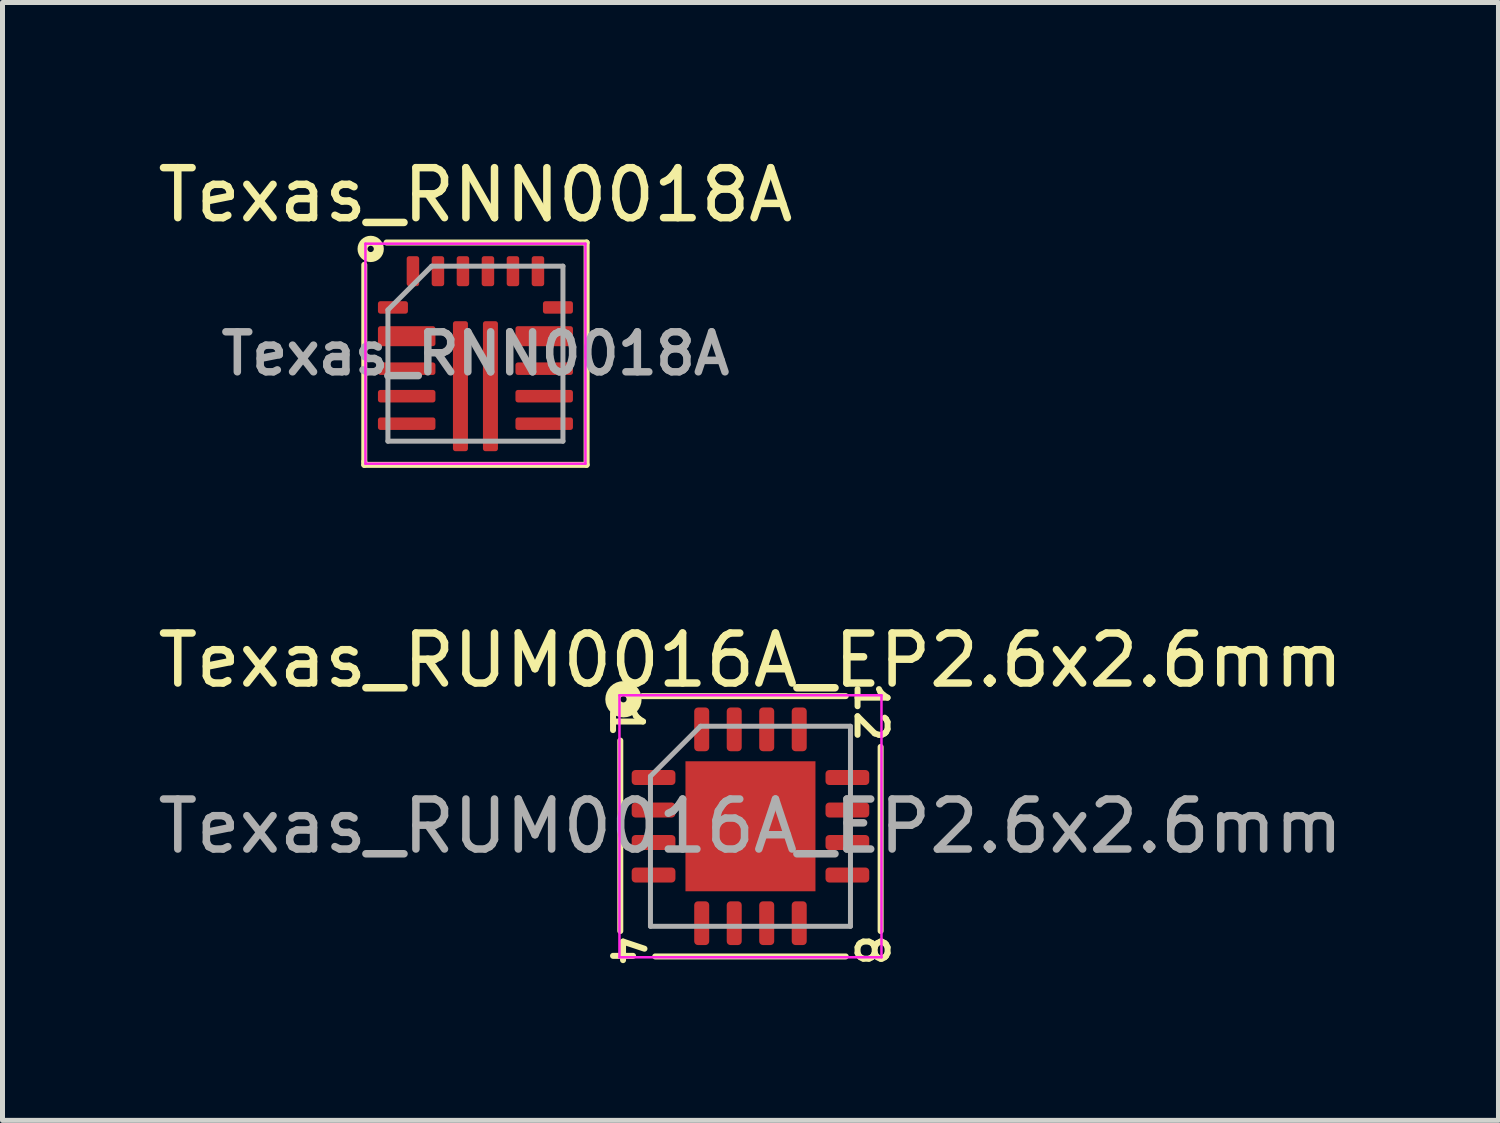
<source format=kicad_pcb>
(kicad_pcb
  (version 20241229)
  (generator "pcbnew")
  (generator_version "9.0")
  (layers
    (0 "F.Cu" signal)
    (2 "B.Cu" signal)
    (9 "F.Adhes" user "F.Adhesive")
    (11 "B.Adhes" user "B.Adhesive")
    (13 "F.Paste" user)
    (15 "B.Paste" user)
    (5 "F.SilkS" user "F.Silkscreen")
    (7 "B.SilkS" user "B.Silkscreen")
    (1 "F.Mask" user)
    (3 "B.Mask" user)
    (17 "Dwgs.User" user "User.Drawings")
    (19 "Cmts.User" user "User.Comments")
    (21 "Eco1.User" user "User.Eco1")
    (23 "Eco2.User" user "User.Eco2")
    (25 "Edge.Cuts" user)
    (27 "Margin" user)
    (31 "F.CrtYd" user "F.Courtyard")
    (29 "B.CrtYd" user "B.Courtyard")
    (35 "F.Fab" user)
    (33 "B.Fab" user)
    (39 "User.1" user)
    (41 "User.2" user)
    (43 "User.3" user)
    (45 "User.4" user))
  (footprint "Texas_RNN0018A"
    (layer "F.Cu")
    (at 6.458 4.023)
    (property "Reference" "Texas_RNN0018A" (at 0 -3.175 0) (layer "F.SilkS") (effects (font (size 1 1) (thickness 0.15))))
    (attr smd)
    (fp_line (start -2.223 -1.778) (end -2.223 2.159) (stroke (width 0.12) (type solid)) (layer "F.SilkS"))
    (fp_line (start -2.223 2.159) (end -2.223 2.223) (stroke (width 0.12) (type solid)) (layer "F.SilkS"))
    (fp_line (start -2.223 2.223) (end 2.223 2.223) (stroke (width 0.12) (type solid)) (layer "F.SilkS"))
    (fp_line (start 2.223 -2.223) (end -1.778 -2.223) (stroke (width 0.12) (type solid)) (layer "F.SilkS"))
    (fp_line (start 2.223 2.223) (end 2.223 -2.223) (stroke (width 0.12) (type solid)) (layer "F.SilkS"))
    (fp_circle (center -2.095 -2.095) (end -2.032 -2.095) (stroke (width 0.2) (type solid)) (fill no) (layer "F.SilkS"))
    (fp_line (start -2.2 -2.2) (end 2.2 -2.2) (stroke (width 0.05) (type solid)) (layer "F.CrtYd"))
    (fp_line (start -2.2 2.2) (end -2.2 -2.2) (stroke (width 0.05) (type solid)) (layer "F.CrtYd"))
    (fp_line (start 2.2 -2.2) (end 2.2 2.2) (stroke (width 0.05) (type solid)) (layer "F.CrtYd"))
    (fp_line (start 2.2 2.2) (end -2.2 2.2) (stroke (width 0.05) (type solid)) (layer "F.CrtYd"))
    (fp_line (start -1.75 1.75) (end -1.75 -0.875) (stroke (width 0.1) (type solid)) (layer "F.Fab"))
    (fp_line (start -0.875 -1.75) (end -1.75 -0.875) (stroke (width 0.1) (type solid)) (layer "F.Fab"))
    (fp_line (start -0.875 -1.75) (end 1.75 -1.75) (stroke (width 0.1) (type solid)) (layer "F.Fab"))
    (fp_line (start 1.75 -1.75) (end 1.75 1.75) (stroke (width 0.1) (type solid)) (layer "F.Fab"))
    (fp_line (start 1.75 1.75) (end -1.75 1.75) (stroke (width 0.1) (type solid)) (layer "F.Fab"))
    (fp_text user "${REFERENCE}" (at 0 0 0) (layer "F.Fab") (effects (font (size 0.8 0.8) (thickness 0.15))))
    (pad "" smd roundrect (at -1.375 -0.35) (size 1.15 0.36) (layers "F.Paste") (roundrect_rratio 0.139))
    (pad "" smd roundrect (at -0.3 -0.282) (size 0.3 0.733) (layers "F.Paste") (roundrect_rratio 0.167))
    (pad "" smd roundrect (at -0.3 0.651) (size 0.3 0.733) (layers "F.Paste") (roundrect_rratio 0.167))
    (pad "" smd roundrect (at -0.3 1.585) (size 0.3 0.733) (layers "F.Paste") (roundrect_rratio 0.167))
    (pad "" smd roundrect (at 0.3 -0.282) (size 0.3 0.733) (layers "F.Paste") (roundrect_rratio 0.167))
    (pad "" smd roundrect (at 0.3 0.651) (size 0.3 0.733) (layers "F.Paste") (roundrect_rratio 0.167))
    (pad "" smd roundrect (at 0.3 1.585) (size 0.3 0.733) (layers "F.Paste") (roundrect_rratio 0.167))
    (pad "" smd roundrect (at 1.375 -0.35) (size 1.15 0.36) (layers "F.Paste") (roundrect_rratio 0.139))
    (pad "1" smd roundrect (at -1.65 -0.925) (size 0.6 0.25) (layers "F.Cu" "F.Mask" "F.Paste") (roundrect_rratio 0.2))
    (pad "2" smd roundrect (at -1.375 -0.35) (size 1.15 0.4) (layers "F.Cu" "F.Mask") (roundrect_rratio 0.125))
    (pad "3" smd roundrect (at -1.375 0.3) (size 1.15 0.25) (layers "F.Cu" "F.Mask" "F.Paste") (roundrect_rratio 0.2))
    (pad "4" smd roundrect (at -1.375 0.85) (size 1.15 0.25) (layers "F.Cu" "F.Mask" "F.Paste") (roundrect_rratio 0.2))
    (pad "5" smd roundrect (at -1.375 1.4) (size 1.15 0.25) (layers "F.Cu" "F.Mask" "F.Paste") (roundrect_rratio 0.2))
    (pad "6" smd roundrect (at -0.3 0.65) (size 0.3 2.6) (layers "F.Cu" "F.Mask") (roundrect_rratio 0.166))
    (pad "7" smd roundrect (at 0.3 0.65) (size 0.3 2.6) (layers "F.Cu" "F.Mask") (roundrect_rratio 0.166))
    (pad "8" smd roundrect (at 1.375 1.4) (size 1.15 0.25) (layers "F.Cu" "F.Mask" "F.Paste") (roundrect_rratio 0.2))
    (pad "9" smd roundrect (at 1.375 0.85) (size 1.15 0.25) (layers "F.Cu" "F.Mask" "F.Paste") (roundrect_rratio 0.2))
    (pad "10" smd roundrect (at 1.375 0.3) (size 1.15 0.25) (layers "F.Cu" "F.Mask" "F.Paste") (roundrect_rratio 0.2))
    (pad "11" smd roundrect (at 1.375 -0.35) (size 1.15 0.4) (layers "F.Cu" "F.Mask") (roundrect_rratio 0.125))
    (pad "12" smd roundrect (at 1.65 -0.925) (size 0.6 0.25) (layers "F.Cu" "F.Mask" "F.Paste") (roundrect_rratio 0.2))
    (pad "13" smd roundrect (at 1.25 -1.65) (size 0.25 0.6) (layers "F.Cu" "F.Mask" "F.Paste") (roundrect_rratio 0.2))
    (pad "14" smd roundrect (at 0.75 -1.65) (size 0.25 0.6) (layers "F.Cu" "F.Mask" "F.Paste") (roundrect_rratio 0.2))
    (pad "15" smd roundrect (at 0.25 -1.65) (size 0.25 0.6) (layers "F.Cu" "F.Mask" "F.Paste") (roundrect_rratio 0.2))
    (pad "16" smd roundrect (at -0.25 -1.65) (size 0.25 0.6) (layers "F.Cu" "F.Mask" "F.Paste") (roundrect_rratio 0.2))
    (pad "17" smd roundrect (at -0.75 -1.65) (size 0.25 0.6) (layers "F.Cu" "F.Mask" "F.Paste") (roundrect_rratio 0.2))
    (pad "18" smd roundrect (at -1.25 -1.65) (size 0.25 0.6) (layers "F.Cu" "F.Mask" "F.Paste") (roundrect_rratio 0.2)))
  (footprint "Texas_RUM0016A_EP2.6x2.6mm"
    (layer "F.Cu")
    (at 11.958 13.474)
    (property "Reference" "Texas_RUM0016A_EP2.6x2.6mm" (at 0 -3.32 0) (layer "F.SilkS") (effects (font (size 1 1) (thickness 0.15))))
    (attr smd)
    (fp_line (start -2.603 -1.714) (end -2.603 2.095) (stroke (width 0.12) (type solid)) (layer "F.SilkS"))
    (fp_line (start -1.905 2.603) (end 1.905 2.603) (stroke (width 0.12) (type solid)) (layer "F.SilkS"))
    (fp_line (start 1.905 -2.603) (end -2.159 -2.603) (stroke (width 0.12) (type solid)) (layer "F.SilkS"))
    (fp_line (start 2.603 2.095) (end 2.603 -1.587) (stroke (width 0.12) (type solid)) (layer "F.SilkS"))
    (fp_circle (center -2.54 -2.54) (end -2.477 -2.54) (stroke (width 0.3) (type solid)) (fill no) (layer "F.SilkS"))
    (fp_line (start -2.62 -2.62) (end -2.62 2.62) (stroke (width 0.05) (type solid)) (layer "F.CrtYd"))
    (fp_line (start -2.62 2.62) (end 2.62 2.62) (stroke (width 0.05) (type solid)) (layer "F.CrtYd"))
    (fp_line (start 2.62 -2.62) (end -2.62 -2.62) (stroke (width 0.05) (type solid)) (layer "F.CrtYd"))
    (fp_line (start 2.62 2.62) (end 2.62 -2.62) (stroke (width 0.05) (type solid)) (layer "F.CrtYd"))
    (fp_line (start -2 -1) (end -1 -2) (stroke (width 0.1) (type solid)) (layer "F.Fab"))
    (fp_line (start -2 2) (end -2 -1) (stroke (width 0.1) (type solid)) (layer "F.Fab"))
    (fp_line (start -1 -2) (end 2 -2) (stroke (width 0.1) (type solid)) (layer "F.Fab"))
    (fp_line (start 2 -2) (end 2 2) (stroke (width 0.1) (type solid)) (layer "F.Fab"))
    (fp_line (start 2 2) (end -2 2) (stroke (width 0.1) (type solid)) (layer "F.Fab"))
    (fp_text user "4" (at -2.477 2.477 270) (unlocked yes) (layer "F.SilkS") (effects (font (size 0.6 0.6) (thickness 0.12))))
    (fp_text user "8" (at 2.413 2.477 270) (unlocked yes) (layer "F.SilkS") (effects (font (size 0.6 0.6) (thickness 0.12))))
    (fp_text user "1" (at -2.477 -2.095 270) (unlocked yes) (layer "F.SilkS") (effects (font (size 0.6 0.6) (thickness 0.12))))
    (fp_text user "12" (at 2.413 -2.286 270) (unlocked yes) (layer "F.SilkS") (effects (font (size 0.6 0.6) (thickness 0.12))))
    (fp_text user "${REFERENCE}" (at 0 0 0) (layer "F.Fab") (effects (font (size 1 1) (thickness 0.15))))
    (pad "" smd roundrect (at -0.65 -0.65) (size 1.05 1.05) (layers "F.Paste") (roundrect_rratio 0.238))
    (pad "" smd roundrect (at -0.65 0.65) (size 1.05 1.05) (layers "F.Paste") (roundrect_rratio 0.238))
    (pad "" smd roundrect (at 0.65 -0.65) (size 1.05 1.05) (layers "F.Paste") (roundrect_rratio 0.238))
    (pad "" smd roundrect (at 0.65 0.65) (size 1.05 1.05) (layers "F.Paste") (roundrect_rratio 0.238))
    (pad "1" smd roundrect (at -1.938 -0.975) (size 0.875 0.3) (layers "F.Cu" "F.Mask" "F.Paste") (roundrect_rratio 0.25))
    (pad "2" smd roundrect (at -1.938 -0.325) (size 0.875 0.3) (layers "F.Cu" "F.Mask" "F.Paste") (roundrect_rratio 0.25))
    (pad "3" smd roundrect (at -1.938 0.325) (size 0.875 0.3) (layers "F.Cu" "F.Mask" "F.Paste") (roundrect_rratio 0.25))
    (pad "4" smd roundrect (at -1.938 0.975) (size 0.875 0.3) (layers "F.Cu" "F.Mask" "F.Paste") (roundrect_rratio 0.25))
    (pad "5" smd roundrect (at -0.975 1.938) (size 0.3 0.875) (layers "F.Cu" "F.Mask" "F.Paste") (roundrect_rratio 0.25))
    (pad "6" smd roundrect (at -0.325 1.938) (size 0.3 0.875) (layers "F.Cu" "F.Mask" "F.Paste") (roundrect_rratio 0.25))
    (pad "7" smd roundrect (at 0.325 1.938) (size 0.3 0.875) (layers "F.Cu" "F.Mask" "F.Paste") (roundrect_rratio 0.25))
    (pad "8" smd roundrect (at 0.975 1.938) (size 0.3 0.875) (layers "F.Cu" "F.Mask" "F.Paste") (roundrect_rratio 0.25))
    (pad "9" smd roundrect (at 1.938 0.975) (size 0.875 0.3) (layers "F.Cu" "F.Mask" "F.Paste") (roundrect_rratio 0.25))
    (pad "10" smd roundrect (at 1.938 0.325) (size 0.875 0.3) (layers "F.Cu" "F.Mask" "F.Paste") (roundrect_rratio 0.25))
    (pad "11" smd roundrect (at 1.938 -0.325) (size 0.875 0.3) (layers "F.Cu" "F.Mask" "F.Paste") (roundrect_rratio 0.25))
    (pad "12" smd roundrect (at 1.938 -0.975) (size 0.875 0.3) (layers "F.Cu" "F.Mask" "F.Paste") (roundrect_rratio 0.25))
    (pad "13" smd roundrect (at 0.975 -1.938) (size 0.3 0.875) (layers "F.Cu" "F.Mask" "F.Paste") (roundrect_rratio 0.25))
    (pad "14" smd roundrect (at 0.325 -1.938) (size 0.3 0.875) (layers "F.Cu" "F.Mask" "F.Paste") (roundrect_rratio 0.25))
    (pad "15" smd roundrect (at -0.325 -1.938) (size 0.3 0.875) (layers "F.Cu" "F.Mask" "F.Paste") (roundrect_rratio 0.25))
    (pad "16" smd roundrect (at -0.975 -1.938) (size 0.3 0.875) (layers "F.Cu" "F.Mask" "F.Paste") (roundrect_rratio 0.25))
    (pad "17" smd rect (at 0 0) (size 2.6 2.6) (layers "F.Cu" "F.Mask")))
  (gr_rect
    (start -3 -3)
    (end 26.917 19.356)
    (stroke (width 0.1) (type default))
    (fill no)
    (layer "Edge.Cuts")))
</source>
